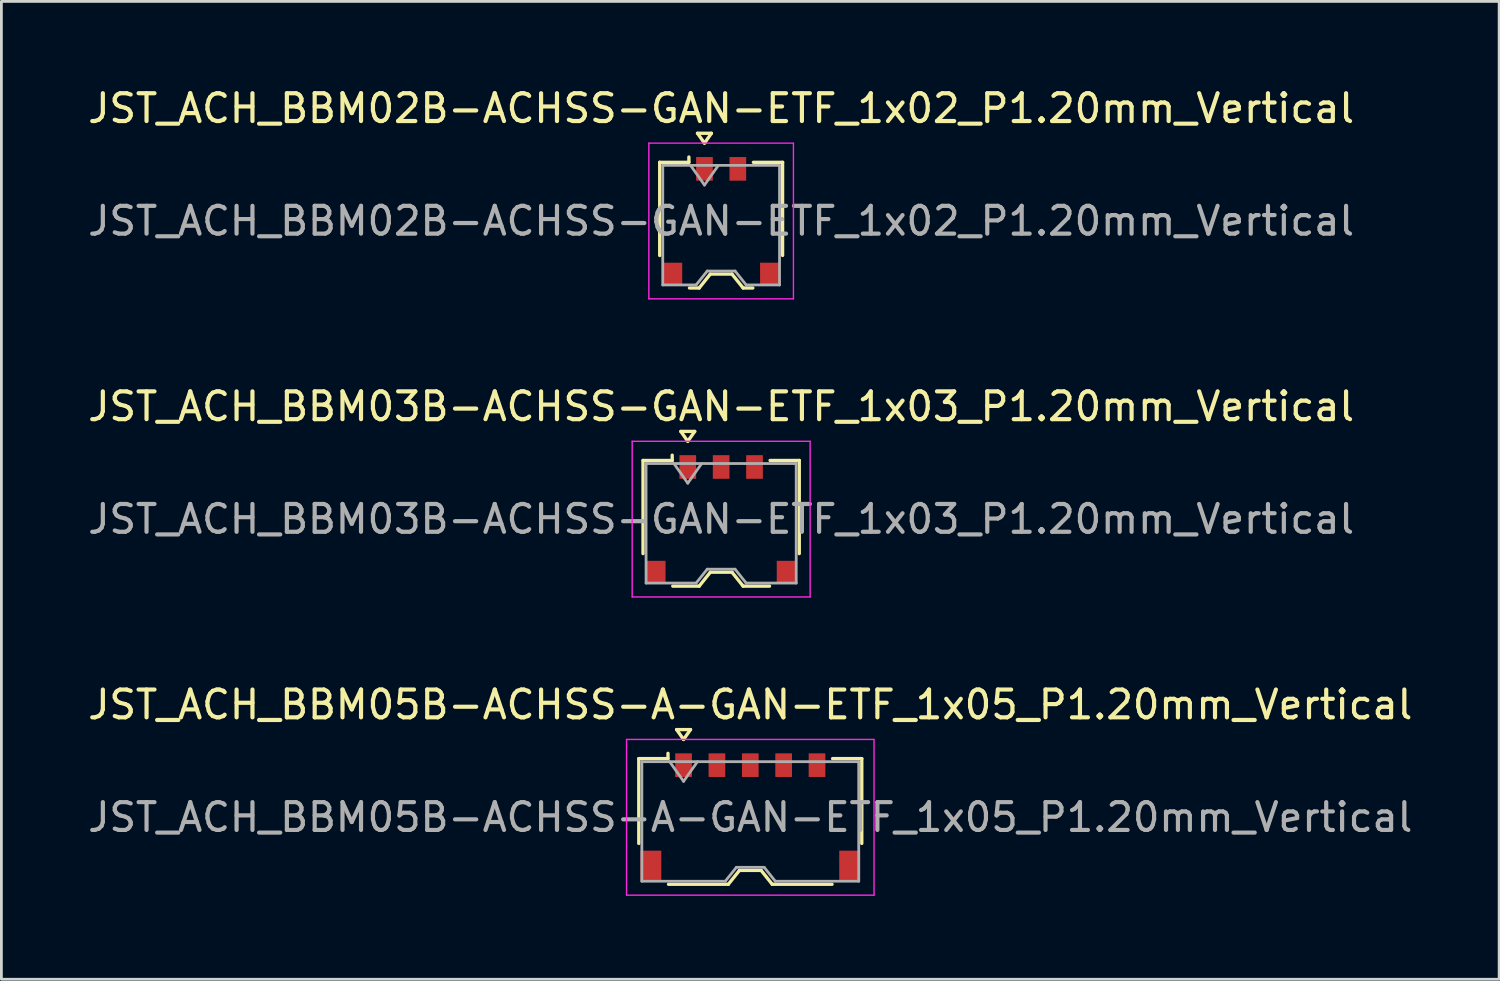
<source format=kicad_pcb>
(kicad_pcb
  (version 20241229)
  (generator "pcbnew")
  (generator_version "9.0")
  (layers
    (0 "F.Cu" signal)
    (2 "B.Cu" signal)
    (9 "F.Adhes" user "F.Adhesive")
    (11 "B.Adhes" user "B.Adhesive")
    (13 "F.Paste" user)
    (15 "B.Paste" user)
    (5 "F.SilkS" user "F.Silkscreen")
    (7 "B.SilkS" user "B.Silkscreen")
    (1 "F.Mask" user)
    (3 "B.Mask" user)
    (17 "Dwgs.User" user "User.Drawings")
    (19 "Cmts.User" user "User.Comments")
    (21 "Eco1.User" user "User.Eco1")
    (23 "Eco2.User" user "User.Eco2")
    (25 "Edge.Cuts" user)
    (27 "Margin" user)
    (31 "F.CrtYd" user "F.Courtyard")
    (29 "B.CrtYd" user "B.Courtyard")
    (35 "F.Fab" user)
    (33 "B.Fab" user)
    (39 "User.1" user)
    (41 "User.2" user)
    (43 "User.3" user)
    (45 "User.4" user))
  (footprint "JST_ACH_BBM05B-ACHSS-A-GAN-ETF_1x05_P1.20mm_Vertical"
    (layer "F.Cu")
    (at 23.935 26.345)
    (property "Reference" "JST_ACH_BBM05B-ACHSS-A-GAN-ETF_1x05_P1.20mm_Vertical" (at 0 -4.05 0) (layer "F.SilkS") (effects (font (size 1 1) (thickness 0.15))))
    (attr smd)
    (fp_line (start -4.01 -2.11) (end -2.96 -2.11) (stroke (width 0.12) (type solid)) (layer "F.SilkS"))
    (fp_line (start -4.01 0.94) (end -4.01 -2.11) (stroke (width 0.12) (type solid)) (layer "F.SilkS"))
    (fp_line (start -2.96 -2.11) (end -2.96 -2.3) (stroke (width 0.12) (type solid)) (layer "F.SilkS"))
    (fp_line (start -2.94 2.41) (end -0.79 2.41) (stroke (width 0.12) (type solid)) (layer "F.SilkS"))
    (fp_line (start -2.65 -3.154) (end -2.4 -2.8) (stroke (width 0.12) (type solid)) (layer "F.SilkS"))
    (fp_line (start -2.4 -2.8) (end -2.15 -3.154) (stroke (width 0.12) (type solid)) (layer "F.SilkS"))
    (fp_line (start -2.15 -3.154) (end -2.65 -3.154) (stroke (width 0.12) (type solid)) (layer "F.SilkS"))
    (fp_line (start -0.79 2.41) (end -0.39 1.91) (stroke (width 0.12) (type solid)) (layer "F.SilkS"))
    (fp_line (start -0.39 1.91) (end 0.39 1.91) (stroke (width 0.12) (type solid)) (layer "F.SilkS"))
    (fp_line (start 0.39 1.91) (end 0.79 2.41) (stroke (width 0.12) (type solid)) (layer "F.SilkS"))
    (fp_line (start 0.79 2.41) (end 2.94 2.41) (stroke (width 0.12) (type solid)) (layer "F.SilkS"))
    (fp_line (start 4.01 -2.11) (end 2.96 -2.11) (stroke (width 0.12) (type solid)) (layer "F.SilkS"))
    (fp_line (start 4.01 0.94) (end 4.01 -2.11) (stroke (width 0.12) (type solid)) (layer "F.SilkS"))
    (fp_line (start -4.45 -2.8) (end -4.45 2.8) (stroke (width 0.05) (type solid)) (layer "F.CrtYd"))
    (fp_line (start -4.45 2.8) (end 4.45 2.8) (stroke (width 0.05) (type solid)) (layer "F.CrtYd"))
    (fp_line (start 4.45 -2.8) (end -4.45 -2.8) (stroke (width 0.05) (type solid)) (layer "F.CrtYd"))
    (fp_line (start 4.45 2.8) (end 4.45 -2.8) (stroke (width 0.05) (type solid)) (layer "F.CrtYd"))
    (fp_line (start -3.9 -2) (end -3.9 2.3) (stroke (width 0.1) (type solid)) (layer "F.Fab"))
    (fp_line (start -3.9 -2) (end 3.9 -2) (stroke (width 0.1) (type solid)) (layer "F.Fab"))
    (fp_line (start -3.9 2.3) (end -0.9 2.3) (stroke (width 0.1) (type solid)) (layer "F.Fab"))
    (fp_line (start -2.9 -2) (end -2.4 -1.293) (stroke (width 0.1) (type solid)) (layer "F.Fab"))
    (fp_line (start -2.4 -1.293) (end -1.9 -2) (stroke (width 0.1) (type solid)) (layer "F.Fab"))
    (fp_line (start -0.9 2.3) (end -0.5 1.8) (stroke (width 0.1) (type solid)) (layer "F.Fab"))
    (fp_line (start -0.5 1.8) (end 0.5 1.8) (stroke (width 0.1) (type solid)) (layer "F.Fab"))
    (fp_line (start 0.5 1.8) (end 0.9 2.3) (stroke (width 0.1) (type solid)) (layer "F.Fab"))
    (fp_line (start 0.9 2.3) (end 3.9 2.3) (stroke (width 0.1) (type solid)) (layer "F.Fab"))
    (fp_line (start 3.9 -2) (end 3.9 2.3) (stroke (width 0.1) (type solid)) (layer "F.Fab"))
    (fp_text user "${REFERENCE}" (at 0 0 0) (layer "F.Fab") (effects (font (size 1 1) (thickness 0.15))))
    (pad "" smd rect (at -3.575 1.75) (size 0.75 1.1) (layers "F.Cu" "F.Mask" "F.Paste"))
    (pad "" smd rect (at 3.575 1.75) (size 0.75 1.1) (layers "F.Cu" "F.Mask" "F.Paste"))
    (pad "1" smd rect (at -2.4 -1.875) (size 0.6 0.85) (layers "F.Cu" "F.Mask" "F.Paste"))
    (pad "2" smd rect (at -1.2 -1.875) (size 0.6 0.85) (layers "F.Cu" "F.Mask" "F.Paste"))
    (pad "3" smd rect (at 0 -1.875) (size 0.6 0.85) (layers "F.Cu" "F.Mask" "F.Paste"))
    (pad "4" smd rect (at 1.2 -1.875) (size 0.6 0.85) (layers "F.Cu" "F.Mask" "F.Paste"))
    (pad "5" smd rect (at 2.4 -1.875) (size 0.6 0.85) (layers "F.Cu" "F.Mask" "F.Paste")))
  (footprint "JST_ACH_BBM03B-ACHSS-GAN-ETF_1x03_P1.20mm_Vertical"
    (layer "F.Cu")
    (at 22.887 15.621)
    (property "Reference" "JST_ACH_BBM03B-ACHSS-GAN-ETF_1x03_P1.20mm_Vertical" (at 0 -4.05 0) (layer "F.SilkS") (effects (font (size 1 1) (thickness 0.15))))
    (attr smd)
    (fp_line (start -2.81 -2.11) (end -1.76 -2.11) (stroke (width 0.12) (type solid)) (layer "F.SilkS"))
    (fp_line (start -2.81 1.24) (end -2.81 -2.11) (stroke (width 0.12) (type solid)) (layer "F.SilkS"))
    (fp_line (start -1.76 -2.11) (end -1.76 -2.3) (stroke (width 0.12) (type solid)) (layer "F.SilkS"))
    (fp_line (start -1.74 2.41) (end -0.79 2.41) (stroke (width 0.12) (type solid)) (layer "F.SilkS"))
    (fp_line (start -1.45 -3.154) (end -1.2 -2.8) (stroke (width 0.12) (type solid)) (layer "F.SilkS"))
    (fp_line (start -1.2 -2.8) (end -0.95 -3.154) (stroke (width 0.12) (type solid)) (layer "F.SilkS"))
    (fp_line (start -0.95 -3.154) (end -1.45 -3.154) (stroke (width 0.12) (type solid)) (layer "F.SilkS"))
    (fp_line (start -0.79 2.41) (end -0.39 1.91) (stroke (width 0.12) (type solid)) (layer "F.SilkS"))
    (fp_line (start -0.39 1.91) (end 0.39 1.91) (stroke (width 0.12) (type solid)) (layer "F.SilkS"))
    (fp_line (start 0.39 1.91) (end 0.79 2.41) (stroke (width 0.12) (type solid)) (layer "F.SilkS"))
    (fp_line (start 0.79 2.41) (end 1.74 2.41) (stroke (width 0.12) (type solid)) (layer "F.SilkS"))
    (fp_line (start 2.81 -2.11) (end 1.76 -2.11) (stroke (width 0.12) (type solid)) (layer "F.SilkS"))
    (fp_line (start 2.81 1.24) (end 2.81 -2.11) (stroke (width 0.12) (type solid)) (layer "F.SilkS"))
    (fp_line (start -3.2 -2.8) (end -3.2 2.8) (stroke (width 0.05) (type solid)) (layer "F.CrtYd"))
    (fp_line (start -3.2 2.8) (end 3.2 2.8) (stroke (width 0.05) (type solid)) (layer "F.CrtYd"))
    (fp_line (start 3.2 -2.8) (end -3.2 -2.8) (stroke (width 0.05) (type solid)) (layer "F.CrtYd"))
    (fp_line (start 3.2 2.8) (end 3.2 -2.8) (stroke (width 0.05) (type solid)) (layer "F.CrtYd"))
    (fp_line (start -2.7 -2) (end -2.7 2.3) (stroke (width 0.1) (type solid)) (layer "F.Fab"))
    (fp_line (start -2.7 -2) (end 2.7 -2) (stroke (width 0.1) (type solid)) (layer "F.Fab"))
    (fp_line (start -2.7 2.3) (end -0.9 2.3) (stroke (width 0.1) (type solid)) (layer "F.Fab"))
    (fp_line (start -1.7 -2) (end -1.2 -1.293) (stroke (width 0.1) (type solid)) (layer "F.Fab"))
    (fp_line (start -1.2 -1.293) (end -0.7 -2) (stroke (width 0.1) (type solid)) (layer "F.Fab"))
    (fp_line (start -0.9 2.3) (end -0.5 1.8) (stroke (width 0.1) (type solid)) (layer "F.Fab"))
    (fp_line (start -0.5 1.8) (end 0.5 1.8) (stroke (width 0.1) (type solid)) (layer "F.Fab"))
    (fp_line (start 0.5 1.8) (end 0.9 2.3) (stroke (width 0.1) (type solid)) (layer "F.Fab"))
    (fp_line (start 0.9 2.3) (end 2.7 2.3) (stroke (width 0.1) (type solid)) (layer "F.Fab"))
    (fp_line (start 2.7 -2) (end 2.7 2.3) (stroke (width 0.1) (type solid)) (layer "F.Fab"))
    (fp_text user "${REFERENCE}" (at 0 0 0) (layer "F.Fab") (effects (font (size 1 1) (thickness 0.15))))
    (pad "" smd rect (at -2.35 1.9) (size 0.7 0.8) (layers "F.Cu" "F.Mask" "F.Paste"))
    (pad "" smd rect (at 2.35 1.9) (size 0.7 0.8) (layers "F.Cu" "F.Mask" "F.Paste"))
    (pad "1" smd rect (at -1.2 -1.875) (size 0.6 0.85) (layers "F.Cu" "F.Mask" "F.Paste"))
    (pad "2" smd rect (at 0 -1.875) (size 0.6 0.85) (layers "F.Cu" "F.Mask" "F.Paste"))
    (pad "3" smd rect (at 1.2 -1.875) (size 0.6 0.85) (layers "F.Cu" "F.Mask" "F.Paste")))
  (footprint "JST_ACH_BBM02B-ACHSS-GAN-ETF_1x02_P1.20mm_Vertical"
    (layer "F.Cu")
    (at 22.887 4.898)
    (property "Reference" "JST_ACH_BBM02B-ACHSS-GAN-ETF_1x02_P1.20mm_Vertical" (at 0 -4.05 0) (layer "F.SilkS") (effects (font (size 1 1) (thickness 0.15))))
    (attr smd)
    (fp_line (start -2.21 -2.11) (end -1.16 -2.11) (stroke (width 0.12) (type solid)) (layer "F.SilkS"))
    (fp_line (start -2.21 1.24) (end -2.21 -2.11) (stroke (width 0.12) (type solid)) (layer "F.SilkS"))
    (fp_line (start -1.16 -2.11) (end -1.16 -2.3) (stroke (width 0.12) (type solid)) (layer "F.SilkS"))
    (fp_line (start -1.14 2.41) (end -0.79 2.41) (stroke (width 0.12) (type solid)) (layer "F.SilkS"))
    (fp_line (start -0.85 -3.154) (end -0.6 -2.8) (stroke (width 0.12) (type solid)) (layer "F.SilkS"))
    (fp_line (start -0.79 2.41) (end -0.39 1.91) (stroke (width 0.12) (type solid)) (layer "F.SilkS"))
    (fp_line (start -0.6 -2.8) (end -0.35 -3.154) (stroke (width 0.12) (type solid)) (layer "F.SilkS"))
    (fp_line (start -0.39 1.91) (end 0.39 1.91) (stroke (width 0.12) (type solid)) (layer "F.SilkS"))
    (fp_line (start -0.35 -3.154) (end -0.85 -3.154) (stroke (width 0.12) (type solid)) (layer "F.SilkS"))
    (fp_line (start 0.39 1.91) (end 0.79 2.41) (stroke (width 0.12) (type solid)) (layer "F.SilkS"))
    (fp_line (start 0.79 2.41) (end 1.14 2.41) (stroke (width 0.12) (type solid)) (layer "F.SilkS"))
    (fp_line (start 2.21 -2.11) (end 1.16 -2.11) (stroke (width 0.12) (type solid)) (layer "F.SilkS"))
    (fp_line (start 2.21 1.24) (end 2.21 -2.11) (stroke (width 0.12) (type solid)) (layer "F.SilkS"))
    (fp_line (start -2.6 -2.8) (end -2.6 2.8) (stroke (width 0.05) (type solid)) (layer "F.CrtYd"))
    (fp_line (start -2.6 2.8) (end 2.6 2.8) (stroke (width 0.05) (type solid)) (layer "F.CrtYd"))
    (fp_line (start 2.6 -2.8) (end -2.6 -2.8) (stroke (width 0.05) (type solid)) (layer "F.CrtYd"))
    (fp_line (start 2.6 2.8) (end 2.6 -2.8) (stroke (width 0.05) (type solid)) (layer "F.CrtYd"))
    (fp_line (start -2.1 -2) (end -2.1 2.3) (stroke (width 0.1) (type solid)) (layer "F.Fab"))
    (fp_line (start -2.1 -2) (end 2.1 -2) (stroke (width 0.1) (type solid)) (layer "F.Fab"))
    (fp_line (start -2.1 2.3) (end -0.9 2.3) (stroke (width 0.1) (type solid)) (layer "F.Fab"))
    (fp_line (start -1.1 -2) (end -0.6 -1.293) (stroke (width 0.1) (type solid)) (layer "F.Fab"))
    (fp_line (start -0.9 2.3) (end -0.5 1.8) (stroke (width 0.1) (type solid)) (layer "F.Fab"))
    (fp_line (start -0.6 -1.293) (end -0.1 -2) (stroke (width 0.1) (type solid)) (layer "F.Fab"))
    (fp_line (start -0.5 1.8) (end 0.5 1.8) (stroke (width 0.1) (type solid)) (layer "F.Fab"))
    (fp_line (start 0.5 1.8) (end 0.9 2.3) (stroke (width 0.1) (type solid)) (layer "F.Fab"))
    (fp_line (start 0.9 2.3) (end 2.1 2.3) (stroke (width 0.1) (type solid)) (layer "F.Fab"))
    (fp_line (start 2.1 -2) (end 2.1 2.3) (stroke (width 0.1) (type solid)) (layer "F.Fab"))
    (fp_text user "${REFERENCE}" (at 0 0 0) (layer "F.Fab") (effects (font (size 1 1) (thickness 0.15))))
    (pad "" smd rect (at -1.75 1.9) (size 0.7 0.8) (layers "F.Cu" "F.Mask" "F.Paste"))
    (pad "" smd rect (at 1.75 1.9) (size 0.7 0.8) (layers "F.Cu" "F.Mask" "F.Paste"))
    (pad "1" smd rect (at -0.6 -1.875) (size 0.6 0.85) (layers "F.Cu" "F.Mask" "F.Paste"))
    (pad "2" smd rect (at 0.6 -1.875) (size 0.6 0.85) (layers "F.Cu" "F.Mask" "F.Paste")))
  (gr_rect
    (start -3 -3)
    (end 50.869 32.17)
    (stroke (width 0.1) (type default))
    (fill no)
    (layer "Edge.Cuts")))
</source>
